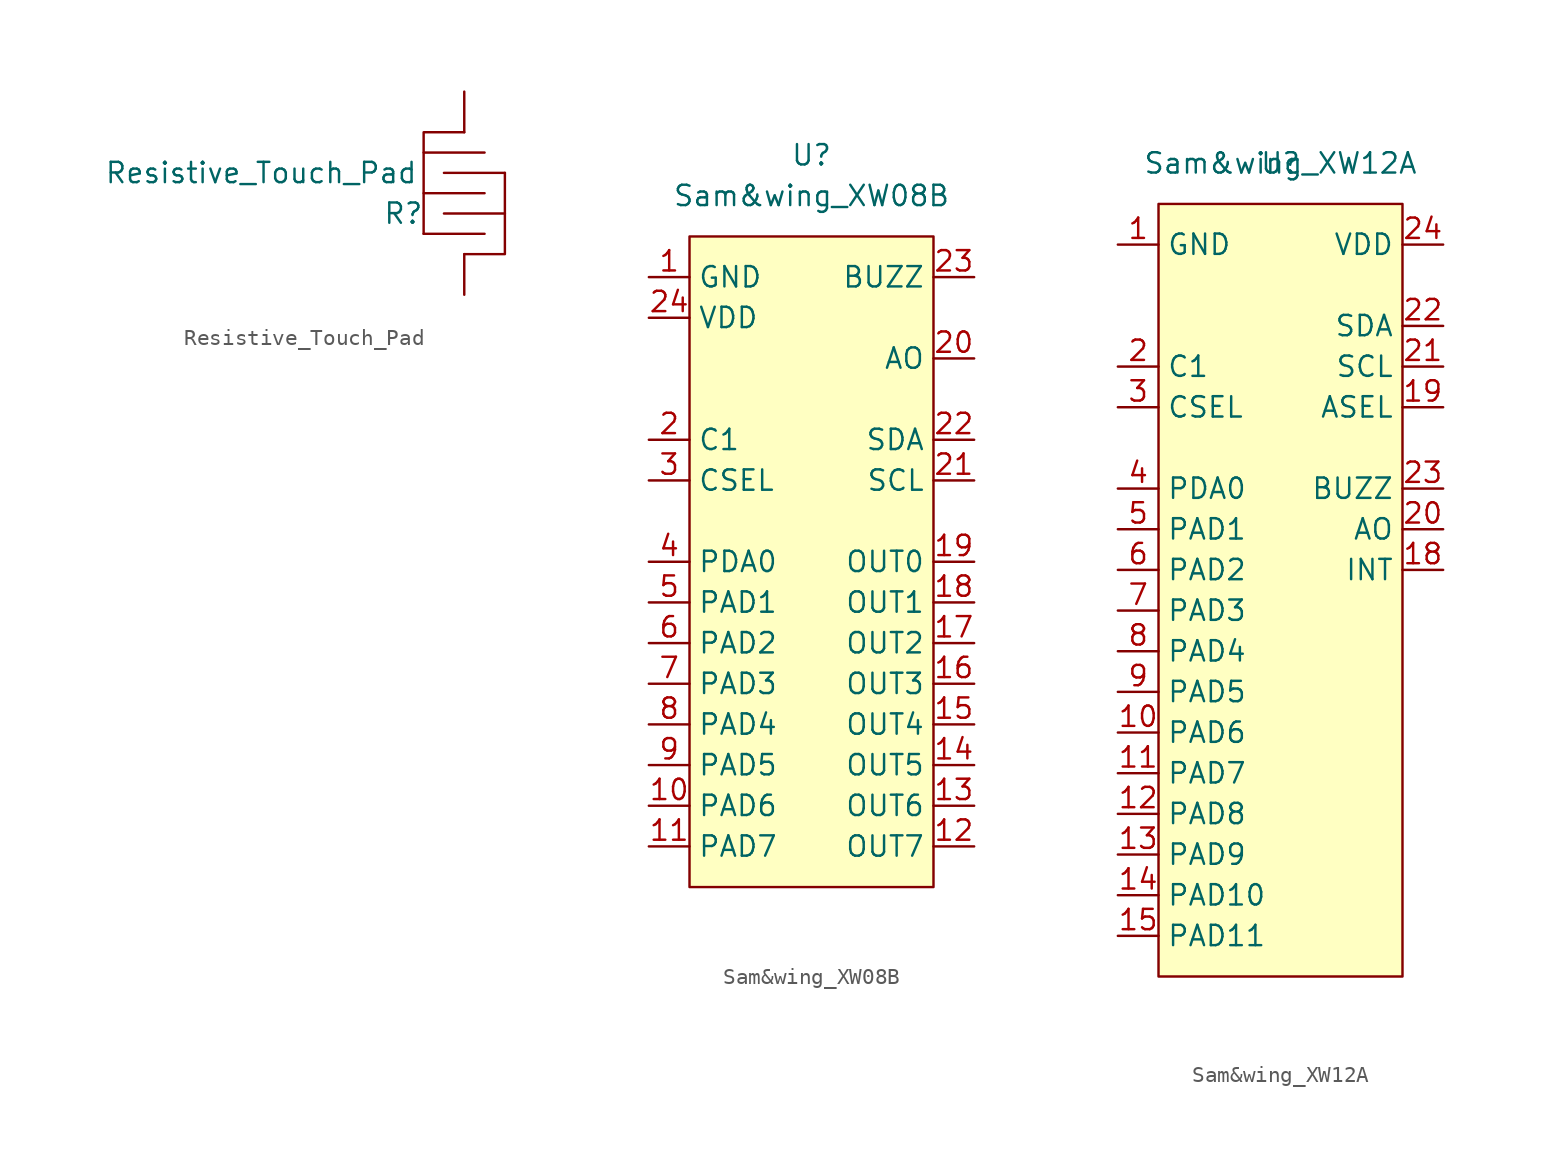
<source format=kicad_sym>
(kicad_symbol_lib
  (version 20211014)
  (generator kicad_symbol_editor)
  (symbol "Resistive_Touch_Pad"
    (pin_numbers hide)
    (pin_names hide)
    (property "Reference" "R"
      (at -3.81 -1.27 0)
      (effects (font (size 1.27 1.27))))
    (property "Value" "Resistive_Touch_Pad"
      (at -12.7 1.27 0)
      (effects (font (size 1.27 1.27))))
    (symbol "Resistive_Touch_Pad_0_1"
      (polyline (pts (xy -2.54 0) (xy 1.27 0)) (stroke (width 0) (type default) (color 0 0 0 0)) (fill (type none)))
      (polyline (pts (xy -2.54 2.54) (xy 1.27 2.54)) (stroke (width 0) (type default) (color 0 0 0 0)) (fill (type none)))
      (polyline (pts (xy -1.27 -1.27) (xy 2.54 -1.27)) (stroke (width 0) (type default) (color 0 0 0 0)) (fill (type none)))
      (polyline (pts (xy 0 3.81) (xy -2.54 3.81) (xy -2.54 -2.54)) (stroke (width 0) (type default) (color 0 0 0 0)) (fill (type none)))
      (polyline (pts (xy 1.27 -2.54) (xy -2.54 -2.54) (xy 0 -2.54)) (stroke (width 0) (type default) (color 0 0 0 0)) (fill (type none)))
      (polyline (pts (xy 2.54 1.27) (xy 0 1.27) (xy -1.27 1.27)) (stroke (width 0) (type default) (color 0 0 0 0)) (fill (type none)))
      (polyline (pts (xy 0 -3.81) (xy 2.54 -3.81) (xy 2.54 1.27) (xy 2.54 1.27)) (stroke (width 0) (type default) (color 0 0 0 0)) (fill (type none))))
    (symbol "Resistive_Touch_Pad_1_1"
      (pin passive line (at 0 6.35 270) (length 2.54) (name "" (effects (font (size 1.27 1.27)))) (number "1" (effects (font (size 1.27 1.27)))))
      (pin passive line (at 0 -6.35 90) (length 2.54) (name "" (effects (font (size 1.27 1.27)))) (number "2" (effects (font (size 1.27 1.27)))))))
  (symbol "Sam&wing_XW08B"
    (property "Reference" "U"
      (at 0 2.54 0)
      (effects (font (size 1.27 1.27))))
    (property "Value" "Sam&wing_XW08B"
      (at 0 0 0)
      (effects (font (size 1.27 1.27))))
    (symbol "Sam&wing_XW08B_0_1"
      (rectangle (start -7.62 -2.54) (end 7.62 -43.18) (stroke (width 0) (type default) (color 0 0 0 0)) (fill (type background))))
    (symbol "Sam&wing_XW08B_1_1"
      (pin power_in line (at -10.16 -5.08 0) (length 2.54) (name "GND" (effects (font (size 1.27 1.27)))) (number "1" (effects (font (size 1.27 1.27)))))
      (pin input line (at -10.16 -38.1 0) (length 2.54) (name "PAD6" (effects (font (size 1.27 1.27)))) (number "10" (effects (font (size 1.27 1.27)))))
      (pin input line (at -10.16 -40.64 0) (length 2.54) (name "PAD7" (effects (font (size 1.27 1.27)))) (number "11" (effects (font (size 1.27 1.27)))))
      (pin input line (at 10.16 -40.64 180) (length 2.54) (name "OUT7" (effects (font (size 1.27 1.27)))) (number "12" (effects (font (size 1.27 1.27)))))
      (pin input line (at 10.16 -38.1 180) (length 2.54) (name "OUT6" (effects (font (size 1.27 1.27)))) (number "13" (effects (font (size 1.27 1.27)))))
      (pin input line (at 10.16 -35.56 180) (length 2.54) (name "OUT5" (effects (font (size 1.27 1.27)))) (number "14" (effects (font (size 1.27 1.27)))))
      (pin input line (at 10.16 -33.02 180) (length 2.54) (name "OUT4" (effects (font (size 1.27 1.27)))) (number "15" (effects (font (size 1.27 1.27)))))
      (pin input line (at 10.16 -30.48 180) (length 2.54) (name "OUT3" (effects (font (size 1.27 1.27)))) (number "16" (effects (font (size 1.27 1.27)))))
      (pin input line (at 10.16 -27.94 180) (length 2.54) (name "OUT2" (effects (font (size 1.27 1.27)))) (number "17" (effects (font (size 1.27 1.27)))))
      (pin input line (at 10.16 -25.4 180) (length 2.54) (name "OUT1" (effects (font (size 1.27 1.27)))) (number "18" (effects (font (size 1.27 1.27)))))
      (pin input line (at 10.16 -22.86 180) (length 2.54) (name "OUT0" (effects (font (size 1.27 1.27)))) (number "19" (effects (font (size 1.27 1.27)))))
      (pin input line (at -10.16 -15.24 0) (length 2.54) (name "C1" (effects (font (size 1.27 1.27)))) (number "2" (effects (font (size 1.27 1.27)))))
      (pin input line (at 10.16 -10.16 180) (length 2.54) (name "AO" (effects (font (size 1.27 1.27)))) (number "20" (effects (font (size 1.27 1.27)))))
      (pin input line (at 10.16 -17.78 180) (length 2.54) (name "SCL" (effects (font (size 1.27 1.27)))) (number "21" (effects (font (size 1.27 1.27)))))
      (pin input line (at 10.16 -15.24 180) (length 2.54) (name "SDA" (effects (font (size 1.27 1.27)))) (number "22" (effects (font (size 1.27 1.27)))))
      (pin input line (at 10.16 -5.08 180) (length 2.54) (name "BUZZ" (effects (font (size 1.27 1.27)))) (number "23" (effects (font (size 1.27 1.27)))))
      (pin input line (at -10.16 -7.62 0) (length 2.54) (name "VDD" (effects (font (size 1.27 1.27)))) (number "24" (effects (font (size 1.27 1.27)))))
      (pin input line (at -10.16 -17.78 0) (length 2.54) (name "CSEL" (effects (font (size 1.27 1.27)))) (number "3" (effects (font (size 1.27 1.27)))))
      (pin input line (at -10.16 -22.86 0) (length 2.54) (name "PDA0" (effects (font (size 1.27 1.27)))) (number "4" (effects (font (size 1.27 1.27)))))
      (pin input line (at -10.16 -25.4 0) (length 2.54) (name "PAD1" (effects (font (size 1.27 1.27)))) (number "5" (effects (font (size 1.27 1.27)))))
      (pin input line (at -10.16 -27.94 0) (length 2.54) (name "PAD2" (effects (font (size 1.27 1.27)))) (number "6" (effects (font (size 1.27 1.27)))))
      (pin input line (at -10.16 -30.48 0) (length 2.54) (name "PAD3" (effects (font (size 1.27 1.27)))) (number "7" (effects (font (size 1.27 1.27)))))
      (pin input line (at -10.16 -33.02 0) (length 2.54) (name "PAD4" (effects (font (size 1.27 1.27)))) (number "8" (effects (font (size 1.27 1.27)))))
      (pin input line (at -10.16 -35.56 0) (length 2.54) (name "PAD5" (effects (font (size 1.27 1.27)))) (number "9" (effects (font (size 1.27 1.27)))))))
  (symbol "Sam&wing_XW12A"
    (property "Reference" "U"
      (at 0 0 0)
      (effects (font (size 1.27 1.27))))
    (property "Value" "Sam&wing_XW12A"
      (at 0 0 0)
      (effects (font (size 1.27 1.27))))
    (symbol "Sam&wing_XW12A_0_1"
      (rectangle (start -7.62 -2.54) (end 7.62 -50.8) (stroke (width 0) (type default) (color 0 0 0 0)) (fill (type background))))
    (symbol "Sam&wing_XW12A_1_1"
      (pin power_in line (at -10.16 -5.08 0) (length 2.54) (name "GND" (effects (font (size 1.27 1.27)))) (number "1" (effects (font (size 1.27 1.27)))))
      (pin input line (at -10.16 -35.56 0) (length 2.54) (name "PAD6" (effects (font (size 1.27 1.27)))) (number "10" (effects (font (size 1.27 1.27)))))
      (pin input line (at -10.16 -38.1 0) (length 2.54) (name "PAD7" (effects (font (size 1.27 1.27)))) (number "11" (effects (font (size 1.27 1.27)))))
      (pin input line (at -10.16 -40.64 0) (length 2.54) (name "PAD8" (effects (font (size 1.27 1.27)))) (number "12" (effects (font (size 1.27 1.27)))))
      (pin input line (at -10.16 -43.18 0) (length 2.54) (name "PAD9" (effects (font (size 1.27 1.27)))) (number "13" (effects (font (size 1.27 1.27)))))
      (pin input line (at -10.16 -45.72 0) (length 2.54) (name "PAD10" (effects (font (size 1.27 1.27)))) (number "14" (effects (font (size 1.27 1.27)))))
      (pin input line (at -10.16 -48.26 0) (length 2.54) (name "PAD11" (effects (font (size 1.27 1.27)))) (number "15" (effects (font (size 1.27 1.27)))))
      (pin no_connect line (at 10.16 -48.26 180) (length 2.54) hide (name "NC" (effects (font (size 1.27 1.27)))) (number "16" (effects (font (size 1.27 1.27)))))
      (pin no_connect line (at 10.16 -45.72 180) (length 2.54) hide (name "NC" (effects (font (size 1.27 1.27)))) (number "17" (effects (font (size 1.27 1.27)))))
      (pin output line (at 10.16 -25.4 180) (length 2.54) (name "INT" (effects (font (size 1.27 1.27)))) (number "18" (effects (font (size 1.27 1.27)))))
      (pin passive line (at 10.16 -15.24 180) (length 2.54) (name "ASEL" (effects (font (size 1.27 1.27)))) (number "19" (effects (font (size 1.27 1.27)))))
      (pin input line (at -10.16 -12.7 0) (length 2.54) (name "C1" (effects (font (size 1.27 1.27)))) (number "2" (effects (font (size 1.27 1.27)))))
      (pin output line (at 10.16 -22.86 180) (length 2.54) (name "AO" (effects (font (size 1.27 1.27)))) (number "20" (effects (font (size 1.27 1.27)))))
      (pin input line (at 10.16 -12.7 180) (length 2.54) (name "SCL" (effects (font (size 1.27 1.27)))) (number "21" (effects (font (size 1.27 1.27)))))
      (pin bidirectional line (at 10.16 -10.16 180) (length 2.54) (name "SDA" (effects (font (size 1.27 1.27)))) (number "22" (effects (font (size 1.27 1.27)))))
      (pin output line (at 10.16 -20.32 180) (length 2.54) (name "BUZZ" (effects (font (size 1.27 1.27)))) (number "23" (effects (font (size 1.27 1.27)))))
      (pin power_in line (at 10.16 -5.08 180) (length 2.54) (name "VDD" (effects (font (size 1.27 1.27)))) (number "24" (effects (font (size 1.27 1.27)))))
      (pin input line (at -10.16 -15.24 0) (length 2.54) (name "CSEL" (effects (font (size 1.27 1.27)))) (number "3" (effects (font (size 1.27 1.27)))))
      (pin input line (at -10.16 -20.32 0) (length 2.54) (name "PDA0" (effects (font (size 1.27 1.27)))) (number "4" (effects (font (size 1.27 1.27)))))
      (pin input line (at -10.16 -22.86 0) (length 2.54) (name "PAD1" (effects (font (size 1.27 1.27)))) (number "5" (effects (font (size 1.27 1.27)))))
      (pin input line (at -10.16 -25.4 0) (length 2.54) (name "PAD2" (effects (font (size 1.27 1.27)))) (number "6" (effects (font (size 1.27 1.27)))))
      (pin input line (at -10.16 -27.94 0) (length 2.54) (name "PAD3" (effects (font (size 1.27 1.27)))) (number "7" (effects (font (size 1.27 1.27)))))
      (pin input line (at -10.16 -30.48 0) (length 2.54) (name "PAD4" (effects (font (size 1.27 1.27)))) (number "8" (effects (font (size 1.27 1.27)))))
      (pin input line (at -10.16 -33.02 0) (length 2.54) (name "PAD5" (effects (font (size 1.27 1.27)))) (number "9" (effects (font (size 1.27 1.27))))))))
</source>
